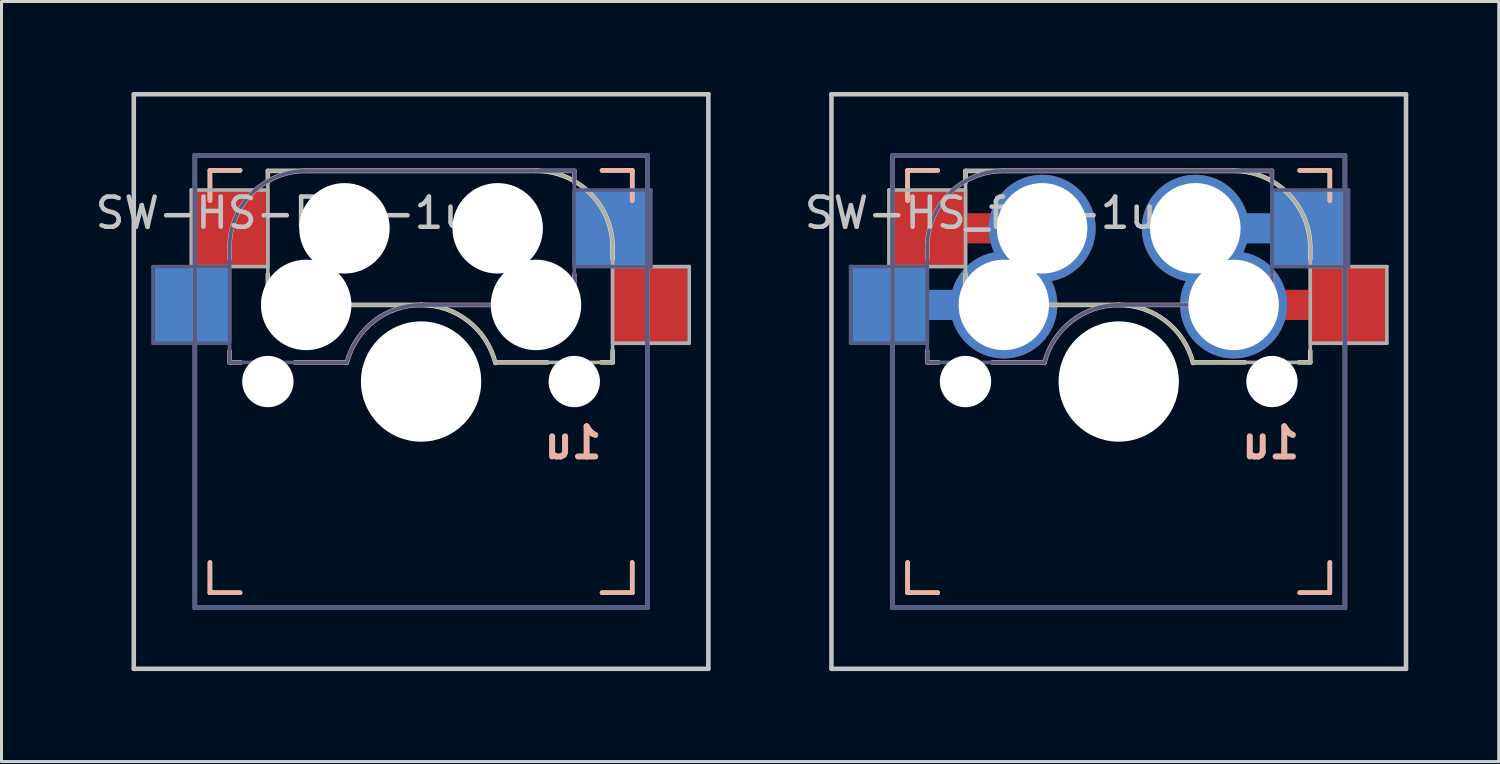
<source format=kicad_pcb>
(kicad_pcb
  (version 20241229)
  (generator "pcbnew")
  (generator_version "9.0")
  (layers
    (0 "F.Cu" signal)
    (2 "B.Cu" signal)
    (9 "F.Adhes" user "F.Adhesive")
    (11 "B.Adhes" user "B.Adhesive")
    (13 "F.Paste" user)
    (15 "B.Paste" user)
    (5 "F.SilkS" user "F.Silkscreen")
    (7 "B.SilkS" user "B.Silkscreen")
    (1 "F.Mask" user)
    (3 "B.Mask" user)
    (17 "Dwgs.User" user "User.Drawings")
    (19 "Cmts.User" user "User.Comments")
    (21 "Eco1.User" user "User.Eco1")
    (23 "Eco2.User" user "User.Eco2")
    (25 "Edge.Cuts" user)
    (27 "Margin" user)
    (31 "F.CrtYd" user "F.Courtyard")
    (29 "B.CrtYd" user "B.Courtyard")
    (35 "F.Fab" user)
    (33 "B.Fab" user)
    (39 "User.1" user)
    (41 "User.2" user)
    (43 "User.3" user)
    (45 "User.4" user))
  (footprint "SW-HS-Flip-1u"
    (layer "F.Cu")
    (at 10.911 9.6)
    (property "Reference" "SW-HS-Flip-1u" (at -4.572 -5.588 0) (layer "Dwgs.User") (effects (font (size 1 1) (thickness 0.15))))
    (property "Value" "1u" (at -6.096 2.032 0) (unlocked yes) (layer "F.SilkS") (hide yes) (effects (font (size 1 1) (thickness 0.2)) (justify left)))
    (attr through_hole)
    (fp_line (start -7 -6) (end -7 -7) (stroke (width 0.15) (type solid)) (layer "F.SilkS"))
    (fp_line (start -7 7) (end -7 6) (stroke (width 0.15) (type solid)) (layer "F.SilkS"))
    (fp_line (start -7 7) (end -6 7) (stroke (width 0.15) (type solid)) (layer "F.SilkS"))
    (fp_line (start -6 -7) (end -7 -7) (stroke (width 0.15) (type solid)) (layer "F.SilkS"))
    (fp_line (start -5.08 -6.985) (end -5.08 -6.604) (stroke (width 0.15) (type solid)) (layer "F.SilkS"))
    (fp_line (start -5.08 -3.556) (end -5.08 -2.54) (stroke (width 0.15) (type solid)) (layer "F.SilkS"))
    (fp_line (start -5.08 -2.54) (end 0 -2.54) (stroke (width 0.15) (type solid)) (layer "F.SilkS"))
    (fp_line (start 2.464 -0.635) (end 4.191 -0.635) (stroke (width 0.15) (type solid)) (layer "F.SilkS"))
    (fp_line (start 3.81 -6.985) (end -5.08 -6.985) (stroke (width 0.15) (type solid)) (layer "F.SilkS"))
    (fp_line (start 5.969 -0.635) (end 6.35 -0.635) (stroke (width 0.15) (type solid)) (layer "F.SilkS"))
    (fp_line (start 6 7) (end 7 7) (stroke (width 0.15) (type solid)) (layer "F.SilkS"))
    (fp_line (start 6.35 -4.445) (end 6.35 -4.064) (stroke (width 0.15) (type solid)) (layer "F.SilkS"))
    (fp_line (start 6.35 -1.016) (end 6.35 -0.635) (stroke (width 0.15) (type solid)) (layer "F.SilkS"))
    (fp_line (start 7 -7) (end 6 -7) (stroke (width 0.15) (type solid)) (layer "F.SilkS"))
    (fp_line (start 7 -7) (end 7 -6) (stroke (width 0.15) (type solid)) (layer "F.SilkS"))
    (fp_line (start 7 6) (end 7 7) (stroke (width 0.15) (type solid)) (layer "F.SilkS"))
    (fp_arc (start 0 -2.54) (mid 1.563147 -2.002042) (end 2.464162 -0.61604) (stroke (width 0.15) (type solid)) (layer "F.SilkS"))
    (fp_arc (start 3.81 -6.985) (mid 5.606051 -6.241051) (end 6.35 -4.445) (stroke (width 0.15) (type solid)) (layer "F.SilkS"))
    (fp_line (start -7 -7) (end -7 -6) (stroke (width 0.15) (type solid)) (layer "B.SilkS"))
    (fp_line (start -7 -7) (end -6 -7) (stroke (width 0.15) (type solid)) (layer "B.SilkS"))
    (fp_line (start -7 6) (end -7 7) (stroke (width 0.15) (type solid)) (layer "B.SilkS"))
    (fp_line (start -6.35 -4.445) (end -6.35 -4.064) (stroke (width 0.15) (type solid)) (layer "B.SilkS"))
    (fp_line (start -6.35 -1.016) (end -6.35 -0.635) (stroke (width 0.15) (type solid)) (layer "B.SilkS"))
    (fp_line (start -6 7) (end -7 7) (stroke (width 0.15) (type solid)) (layer "B.SilkS"))
    (fp_line (start -5.969 -0.635) (end -6.35 -0.635) (stroke (width 0.15) (type solid)) (layer "B.SilkS"))
    (fp_line (start -3.81 -6.985) (end 5.08 -6.985) (stroke (width 0.15) (type solid)) (layer "B.SilkS"))
    (fp_line (start -2.464 -0.635) (end -4.191 -0.635) (stroke (width 0.15) (type solid)) (layer "B.SilkS"))
    (fp_line (start 5.08 -6.985) (end 5.08 -6.604) (stroke (width 0.15) (type solid)) (layer "B.SilkS"))
    (fp_line (start 5.08 -3.556) (end 5.08 -2.54) (stroke (width 0.15) (type solid)) (layer "B.SilkS"))
    (fp_line (start 5.08 -2.54) (end 0 -2.54) (stroke (width 0.15) (type solid)) (layer "B.SilkS"))
    (fp_line (start 6 -7) (end 7 -7) (stroke (width 0.15) (type solid)) (layer "B.SilkS"))
    (fp_line (start 7 -6) (end 7 -7) (stroke (width 0.15) (type solid)) (layer "B.SilkS"))
    (fp_line (start 7 7) (end 6 7) (stroke (width 0.15) (type solid)) (layer "B.SilkS"))
    (fp_line (start 7 7) (end 7 6) (stroke (width 0.15) (type solid)) (layer "B.SilkS"))
    (fp_arc (start -6.35 -4.445) (mid -5.606051 -6.241051) (end -3.81 -6.985) (stroke (width 0.15) (type solid)) (layer "B.SilkS"))
    (fp_arc (start -2.464162 -0.61604) (mid -1.563147 -2.002042) (end 0 -2.54) (stroke (width 0.15) (type solid)) (layer "B.SilkS"))
    (fp_line (start -9.525 -9.525) (end 9.525 -9.525) (stroke (width 0.15) (type solid)) (layer "Dwgs.User"))
    (fp_line (start -9.525 9.525) (end -9.525 -9.525) (stroke (width 0.15) (type solid)) (layer "Dwgs.User"))
    (fp_line (start 9.525 -9.525) (end 9.525 9.525) (stroke (width 0.15) (type solid)) (layer "Dwgs.User"))
    (fp_line (start 9.525 9.525) (end -9.525 9.525) (stroke (width 0.15) (type solid)) (layer "Dwgs.User"))
    (fp_line (start -8.89 -3.81) (end -6.35 -3.81) (stroke (width 0.12) (type solid)) (layer "B.Fab"))
    (fp_line (start -8.89 -1.27) (end -8.89 -3.81) (stroke (width 0.12) (type solid)) (layer "B.Fab"))
    (fp_line (start -7.5 -7.5) (end -7.5 7.5) (stroke (width 0.15) (type solid)) (layer "B.Fab"))
    (fp_line (start -7.5 7.5) (end 7.5 7.5) (stroke (width 0.15) (type solid)) (layer "B.Fab"))
    (fp_line (start -6.35 -1.27) (end -8.89 -1.27) (stroke (width 0.12) (type solid)) (layer "B.Fab"))
    (fp_line (start -6.35 -0.635) (end -6.35 -4.445) (stroke (width 0.12) (type solid)) (layer "B.Fab"))
    (fp_line (start -6.35 -0.635) (end -2.54 -0.635) (stroke (width 0.12) (type solid)) (layer "B.Fab"))
    (fp_line (start -3.81 -6.985) (end 5.08 -6.985) (stroke (width 0.12) (type solid)) (layer "B.Fab"))
    (fp_line (start 5.08 -6.985) (end 5.08 -2.54) (stroke (width 0.12) (type solid)) (layer "B.Fab"))
    (fp_line (start 5.08 -6.35) (end 7.62 -6.35) (stroke (width 0.12) (type solid)) (layer "B.Fab"))
    (fp_line (start 5.08 -2.54) (end 0 -2.54) (stroke (width 0.12) (type solid)) (layer "B.Fab"))
    (fp_line (start 7.5 -7.5) (end -7.5 -7.5) (stroke (width 0.15) (type solid)) (layer "B.Fab"))
    (fp_line (start 7.5 7.5) (end 7.5 -7.5) (stroke (width 0.15) (type solid)) (layer "B.Fab"))
    (fp_line (start 7.62 -6.35) (end 7.62 -3.81) (stroke (width 0.12) (type solid)) (layer "B.Fab"))
    (fp_line (start 7.62 -3.81) (end 5.08 -3.81) (stroke (width 0.12) (type solid)) (layer "B.Fab"))
    (fp_arc (start -6.35 -4.445) (mid -5.606051 -6.241051) (end -3.81 -6.985) (stroke (width 0.12) (type solid)) (layer "B.Fab"))
    (fp_arc (start -2.464162 -0.61604) (mid -1.563147 -2.002042) (end 0 -2.54) (stroke (width 0.12) (type solid)) (layer "B.Fab"))
    (fp_line (start -7.62 -6.35) (end -7.62 -3.81) (stroke (width 0.12) (type solid)) (layer "F.Fab"))
    (fp_line (start -7.62 -3.81) (end -5.08 -3.81) (stroke (width 0.12) (type solid)) (layer "F.Fab"))
    (fp_line (start -7.5 -7.5) (end 7.5 -7.5) (stroke (width 0.15) (type solid)) (layer "F.Fab"))
    (fp_line (start -7.5 7.5) (end -7.5 -7.5) (stroke (width 0.15) (type solid)) (layer "F.Fab"))
    (fp_line (start -5.08 -6.985) (end -5.08 -2.54) (stroke (width 0.12) (type solid)) (layer "F.Fab"))
    (fp_line (start -5.08 -6.35) (end -7.62 -6.35) (stroke (width 0.12) (type solid)) (layer "F.Fab"))
    (fp_line (start -5.08 -2.54) (end 0 -2.54) (stroke (width 0.12) (type solid)) (layer "F.Fab"))
    (fp_line (start 3.81 -6.985) (end -5.08 -6.985) (stroke (width 0.12) (type solid)) (layer "F.Fab"))
    (fp_line (start 6.35 -1.27) (end 8.89 -1.27) (stroke (width 0.12) (type solid)) (layer "F.Fab"))
    (fp_line (start 6.35 -0.635) (end 2.54 -0.635) (stroke (width 0.12) (type solid)) (layer "F.Fab"))
    (fp_line (start 6.35 -0.635) (end 6.35 -4.445) (stroke (width 0.12) (type solid)) (layer "F.Fab"))
    (fp_line (start 7.5 -7.5) (end 7.5 7.5) (stroke (width 0.15) (type solid)) (layer "F.Fab"))
    (fp_line (start 7.5 7.5) (end -7.5 7.5) (stroke (width 0.15) (type solid)) (layer "F.Fab"))
    (fp_line (start 8.89 -3.81) (end 6.35 -3.81) (stroke (width 0.12) (type solid)) (layer "F.Fab"))
    (fp_line (start 8.89 -1.27) (end 8.89 -3.81) (stroke (width 0.12) (type solid)) (layer "F.Fab"))
    (fp_arc (start 0 -2.54) (mid 1.563147 -2.002042) (end 2.464162 -0.61604) (stroke (width 0.12) (type solid)) (layer "F.Fab"))
    (fp_arc (start 3.81 -6.985) (mid 5.606051 -6.241051) (end 6.35 -4.445) (stroke (width 0.12) (type solid)) (layer "F.Fab"))
    (fp_text user "${VALUE}" (at 6.096 2.032 0) (layer "B.SilkS") (effects (font (size 1 1) (thickness 0.2)) (justify left mirror)))
    (pad "" np_thru_hole circle (at -5.08 0) (size 1.702 1.702) (drill 1.702) (layers "*.Cu" "*.Mask"))
    (pad "" np_thru_hole circle (at -3.81 -2.54) (size 3 3) (drill 3) (layers "*.Cu" "*.Mask"))
    (pad "" np_thru_hole circle (at -2.54 -5.08) (size 3 3) (drill 3) (layers "*.Cu" "*.Mask"))
    (pad "" np_thru_hole circle (at 0 0) (size 3.988 3.988) (drill 3.988) (layers "*.Cu" "*.Mask"))
    (pad "" np_thru_hole circle (at 2.54 -5.08) (size 3 3) (drill 3) (layers "*.Cu" "*.Mask"))
    (pad "" np_thru_hole circle (at 3.81 -2.54) (size 3 3) (drill 3) (layers "*.Cu" "*.Mask"))
    (pad "" np_thru_hole circle (at 5.08 0) (size 1.702 1.702) (drill 1.702) (layers "*.Cu" "*.Mask"))
    (pad "1" smd rect (at -7.56 -2.54) (size 2.55 2.5) (layers "B.Cu" "B.Mask" "B.Paste"))
    (pad "1" smd rect (at -6.29 -5.08) (size 2.55 2.5) (layers "F.Cu" "F.Mask" "F.Paste"))
    (pad "2" smd rect (at 6.29 -5.08) (size 2.55 2.5) (layers "B.Cu" "B.Mask" "B.Paste"))
    (pad "2" smd rect (at 7.56 -2.54) (size 2.55 2.5) (layers "F.Cu" "F.Mask" "F.Paste")))
  (footprint "SW-HS_flip-1u"
    (layer "F.Cu")
    (at 34.042 9.6)
    (property "Reference" "SW-HS_flip-1u" (at -4.572 -5.588 0) (layer "Dwgs.User") (effects (font (size 1 1) (thickness 0.15))))
    (property "Value" "1u" (at -6.096 2.032 0) (unlocked yes) (layer "F.SilkS") (hide yes) (effects (font (size 1 1) (thickness 0.2)) (justify left)))
    (attr through_hole)
    (fp_line (start -7 -6) (end -7 -7) (stroke (width 0.15) (type solid)) (layer "F.SilkS"))
    (fp_line (start -7 7) (end -7 6) (stroke (width 0.15) (type solid)) (layer "F.SilkS"))
    (fp_line (start -7 7) (end -6 7) (stroke (width 0.15) (type solid)) (layer "F.SilkS"))
    (fp_line (start -6 -7) (end -7 -7) (stroke (width 0.15) (type solid)) (layer "F.SilkS"))
    (fp_line (start -5.08 -6.985) (end -5.08 -6.604) (stroke (width 0.15) (type solid)) (layer "F.SilkS"))
    (fp_line (start -5.08 -3.556) (end -5.08 -2.54) (stroke (width 0.15) (type solid)) (layer "F.SilkS"))
    (fp_line (start -5.08 -2.54) (end 0 -2.54) (stroke (width 0.15) (type solid)) (layer "F.SilkS"))
    (fp_line (start 2.464 -0.635) (end 4.191 -0.635) (stroke (width 0.15) (type solid)) (layer "F.SilkS"))
    (fp_line (start 3.81 -6.985) (end -5.08 -6.985) (stroke (width 0.15) (type solid)) (layer "F.SilkS"))
    (fp_line (start 5.969 -0.635) (end 6.35 -0.635) (stroke (width 0.15) (type solid)) (layer "F.SilkS"))
    (fp_line (start 6 7) (end 7 7) (stroke (width 0.15) (type solid)) (layer "F.SilkS"))
    (fp_line (start 6.35 -4.445) (end 6.35 -4.064) (stroke (width 0.15) (type solid)) (layer "F.SilkS"))
    (fp_line (start 6.35 -1.016) (end 6.35 -0.635) (stroke (width 0.15) (type solid)) (layer "F.SilkS"))
    (fp_line (start 7 -7) (end 6 -7) (stroke (width 0.15) (type solid)) (layer "F.SilkS"))
    (fp_line (start 7 -7) (end 7 -6) (stroke (width 0.15) (type solid)) (layer "F.SilkS"))
    (fp_line (start 7 6) (end 7 7) (stroke (width 0.15) (type solid)) (layer "F.SilkS"))
    (fp_arc (start 0 -2.539999) (mid 1.563147 -2.002041) (end 2.464162 -0.616039) (stroke (width 0.15) (type solid)) (layer "F.SilkS"))
    (fp_arc (start 3.81 -6.984999) (mid 5.606051 -6.24105) (end 6.35 -4.444999) (stroke (width 0.15) (type solid)) (layer "F.SilkS"))
    (fp_line (start -7 -7) (end -7 -6) (stroke (width 0.15) (type solid)) (layer "B.SilkS"))
    (fp_line (start -7 -7) (end -6 -7) (stroke (width 0.15) (type solid)) (layer "B.SilkS"))
    (fp_line (start -7 6) (end -7 7) (stroke (width 0.15) (type solid)) (layer "B.SilkS"))
    (fp_line (start -6.35 -4.445) (end -6.35 -4.064) (stroke (width 0.15) (type solid)) (layer "B.SilkS"))
    (fp_line (start -6.35 -1.016) (end -6.35 -0.635) (stroke (width 0.15) (type solid)) (layer "B.SilkS"))
    (fp_line (start -6 7) (end -7 7) (stroke (width 0.15) (type solid)) (layer "B.SilkS"))
    (fp_line (start -5.969 -0.635) (end -6.35 -0.635) (stroke (width 0.15) (type solid)) (layer "B.SilkS"))
    (fp_line (start -3.81 -6.985) (end 5.08 -6.985) (stroke (width 0.15) (type solid)) (layer "B.SilkS"))
    (fp_line (start -2.464 -0.635) (end -4.191 -0.635) (stroke (width 0.15) (type solid)) (layer "B.SilkS"))
    (fp_line (start 5.08 -6.985) (end 5.08 -6.604) (stroke (width 0.15) (type solid)) (layer "B.SilkS"))
    (fp_line (start 5.08 -3.556) (end 5.08 -2.54) (stroke (width 0.15) (type solid)) (layer "B.SilkS"))
    (fp_line (start 5.08 -2.54) (end 0 -2.54) (stroke (width 0.15) (type solid)) (layer "B.SilkS"))
    (fp_line (start 6 -7) (end 7 -7) (stroke (width 0.15) (type solid)) (layer "B.SilkS"))
    (fp_line (start 7 -6) (end 7 -7) (stroke (width 0.15) (type solid)) (layer "B.SilkS"))
    (fp_line (start 7 7) (end 6 7) (stroke (width 0.15) (type solid)) (layer "B.SilkS"))
    (fp_line (start 7 7) (end 7 6) (stroke (width 0.15) (type solid)) (layer "B.SilkS"))
    (fp_arc (start -6.35 -4.445) (mid -5.606051 -6.241051) (end -3.81 -6.985) (stroke (width 0.15) (type solid)) (layer "B.SilkS"))
    (fp_arc (start -2.464162 -0.61604) (mid -1.563147 -2.002042) (end 0 -2.54) (stroke (width 0.15) (type solid)) (layer "B.SilkS"))
    (fp_line (start -9.525 -9.525) (end 9.525 -9.525) (stroke (width 0.15) (type solid)) (layer "Dwgs.User"))
    (fp_line (start -9.525 9.525) (end -9.525 -9.525) (stroke (width 0.15) (type solid)) (layer "Dwgs.User"))
    (fp_line (start 9.525 -9.525) (end 9.525 9.525) (stroke (width 0.15) (type solid)) (layer "Dwgs.User"))
    (fp_line (start 9.525 9.525) (end -9.525 9.525) (stroke (width 0.15) (type solid)) (layer "Dwgs.User"))
    (fp_line (start -8.89 -3.81) (end -6.35 -3.81) (stroke (width 0.12) (type solid)) (layer "B.Fab"))
    (fp_line (start -8.89 -1.27) (end -8.89 -3.81) (stroke (width 0.12) (type solid)) (layer "B.Fab"))
    (fp_line (start -7.5 -7.5) (end -7.5 7.5) (stroke (width 0.15) (type solid)) (layer "B.Fab"))
    (fp_line (start -7.5 7.5) (end 7.5 7.5) (stroke (width 0.15) (type solid)) (layer "B.Fab"))
    (fp_line (start -6.35 -1.27) (end -8.89 -1.27) (stroke (width 0.12) (type solid)) (layer "B.Fab"))
    (fp_line (start -6.35 -0.635) (end -6.35 -4.445) (stroke (width 0.12) (type solid)) (layer "B.Fab"))
    (fp_line (start -6.35 -0.635) (end -2.54 -0.635) (stroke (width 0.12) (type solid)) (layer "B.Fab"))
    (fp_line (start -3.81 -6.985) (end 5.08 -6.985) (stroke (width 0.12) (type solid)) (layer "B.Fab"))
    (fp_line (start 5.08 -6.985) (end 5.08 -2.54) (stroke (width 0.12) (type solid)) (layer "B.Fab"))
    (fp_line (start 5.08 -6.35) (end 7.62 -6.35) (stroke (width 0.12) (type solid)) (layer "B.Fab"))
    (fp_line (start 5.08 -2.54) (end 0 -2.54) (stroke (width 0.12) (type solid)) (layer "B.Fab"))
    (fp_line (start 7.5 -7.5) (end -7.5 -7.5) (stroke (width 0.15) (type solid)) (layer "B.Fab"))
    (fp_line (start 7.5 7.5) (end 7.5 -7.5) (stroke (width 0.15) (type solid)) (layer "B.Fab"))
    (fp_line (start 7.62 -6.35) (end 7.62 -3.81) (stroke (width 0.12) (type solid)) (layer "B.Fab"))
    (fp_line (start 7.62 -3.81) (end 5.08 -3.81) (stroke (width 0.12) (type solid)) (layer "B.Fab"))
    (fp_arc (start -6.35 -4.445) (mid -5.606051 -6.241051) (end -3.81 -6.985) (stroke (width 0.12) (type solid)) (layer "B.Fab"))
    (fp_arc (start -2.464162 -0.61604) (mid -1.563147 -2.002042) (end 0 -2.54) (stroke (width 0.12) (type solid)) (layer "B.Fab"))
    (fp_line (start -7.62 -6.35) (end -7.62 -3.81) (stroke (width 0.12) (type solid)) (layer "F.Fab"))
    (fp_line (start -7.62 -3.81) (end -5.08 -3.81) (stroke (width 0.12) (type solid)) (layer "F.Fab"))
    (fp_line (start -7.5 -7.5) (end 7.5 -7.5) (stroke (width 0.15) (type solid)) (layer "F.Fab"))
    (fp_line (start -7.5 7.5) (end -7.5 -7.5) (stroke (width 0.15) (type solid)) (layer "F.Fab"))
    (fp_line (start -5.08 -6.985) (end -5.08 -2.54) (stroke (width 0.12) (type solid)) (layer "F.Fab"))
    (fp_line (start -5.08 -6.35) (end -7.62 -6.35) (stroke (width 0.12) (type solid)) (layer "F.Fab"))
    (fp_line (start -5.08 -2.54) (end 0 -2.54) (stroke (width 0.12) (type solid)) (layer "F.Fab"))
    (fp_line (start 3.81 -6.985) (end -5.08 -6.985) (stroke (width 0.12) (type solid)) (layer "F.Fab"))
    (fp_line (start 6.35 -1.27) (end 8.89 -1.27) (stroke (width 0.12) (type solid)) (layer "F.Fab"))
    (fp_line (start 6.35 -0.635) (end 2.54 -0.635) (stroke (width 0.12) (type solid)) (layer "F.Fab"))
    (fp_line (start 6.35 -0.635) (end 6.35 -4.445) (stroke (width 0.12) (type solid)) (layer "F.Fab"))
    (fp_line (start 7.5 -7.5) (end 7.5 7.5) (stroke (width 0.15) (type solid)) (layer "F.Fab"))
    (fp_line (start 7.5 7.5) (end -7.5 7.5) (stroke (width 0.15) (type solid)) (layer "F.Fab"))
    (fp_line (start 8.89 -3.81) (end 6.35 -3.81) (stroke (width 0.12) (type solid)) (layer "F.Fab"))
    (fp_line (start 8.89 -1.27) (end 8.89 -3.81) (stroke (width 0.12) (type solid)) (layer "F.Fab"))
    (fp_arc (start 0 -2.539999) (mid 1.563147 -2.002041) (end 2.464162 -0.616039) (stroke (width 0.12) (type solid)) (layer "F.Fab"))
    (fp_arc (start 3.81 -6.984999) (mid 5.606051 -6.24105) (end 6.35 -4.444999) (stroke (width 0.12) (type solid)) (layer "F.Fab"))
    (fp_text user "${VALUE}" (at 6.096 2.032 0) (unlocked yes) (layer "B.SilkS") (effects (font (size 1 1) (thickness 0.2)) (justify left mirror)))
    (pad "" np_thru_hole circle (at -5.08 0) (size 1.702 1.702) (drill 1.702) (layers "*.Cu" "*.Mask"))
    (pad "" np_thru_hole circle (at 0 0) (size 3.988 3.988) (drill 3.988) (layers "*.Cu" "*.Mask"))
    (pad "" np_thru_hole circle (at 5.08 0) (size 1.7 1.7) (drill 1.7) (layers "*.Cu" "*.Mask"))
    (pad "1" smd rect (at -7.56 -2.54) (size 2.55 2.5) (layers "B.Cu" "B.Mask" "B.Paste"))
    (pad "1" smd rect (at -6.29 -5.08) (size 2.55 2.5) (layers "F.Cu" "F.Mask" "F.Paste"))
    (pad "1" connect rect (at -5.715 -2.54 90) (size 1 2.5) (layers "B.Cu"))
    (pad "1" connect rect (at -5.015 -5.08 90) (size 1 2.5) (layers "F.Cu"))
    (pad "1" thru_hole circle (at -3.81 -2.54) (size 3.55 3.55) (drill 3) (layers "*.Cu"))
    (pad "1" thru_hole circle (at -2.54 -5.08) (size 3.55 3.55) (drill 3) (layers "*.Cu"))
    (pad "2" thru_hole circle (at 2.54 -5.08) (size 3.55 3.55) (drill 3) (layers "*.Cu"))
    (pad "2" thru_hole circle (at 3.81 -2.54) (size 3.55 3.55) (drill 3) (layers "*.Cu"))
    (pad "2" connect rect (at 5.015 -5.08 270) (size 1 2.5) (layers "B.Cu"))
    (pad "2" connect rect (at 5.715 -2.54 270) (size 1 2.5) (layers "F.Cu"))
    (pad "2" smd rect (at 6.29 -5.08) (size 2.55 2.5) (layers "B.Cu" "B.Mask" "B.Paste"))
    (pad "2" smd rect (at 7.56 -2.54) (size 2.55 2.5) (layers "F.Cu" "F.Mask" "F.Paste")))
  (gr_rect
    (start -3 -3)
    (end 46.642 22.2)
    (stroke (width 0.1) (type default))
    (fill no)
    (layer "Edge.Cuts")))
</source>
